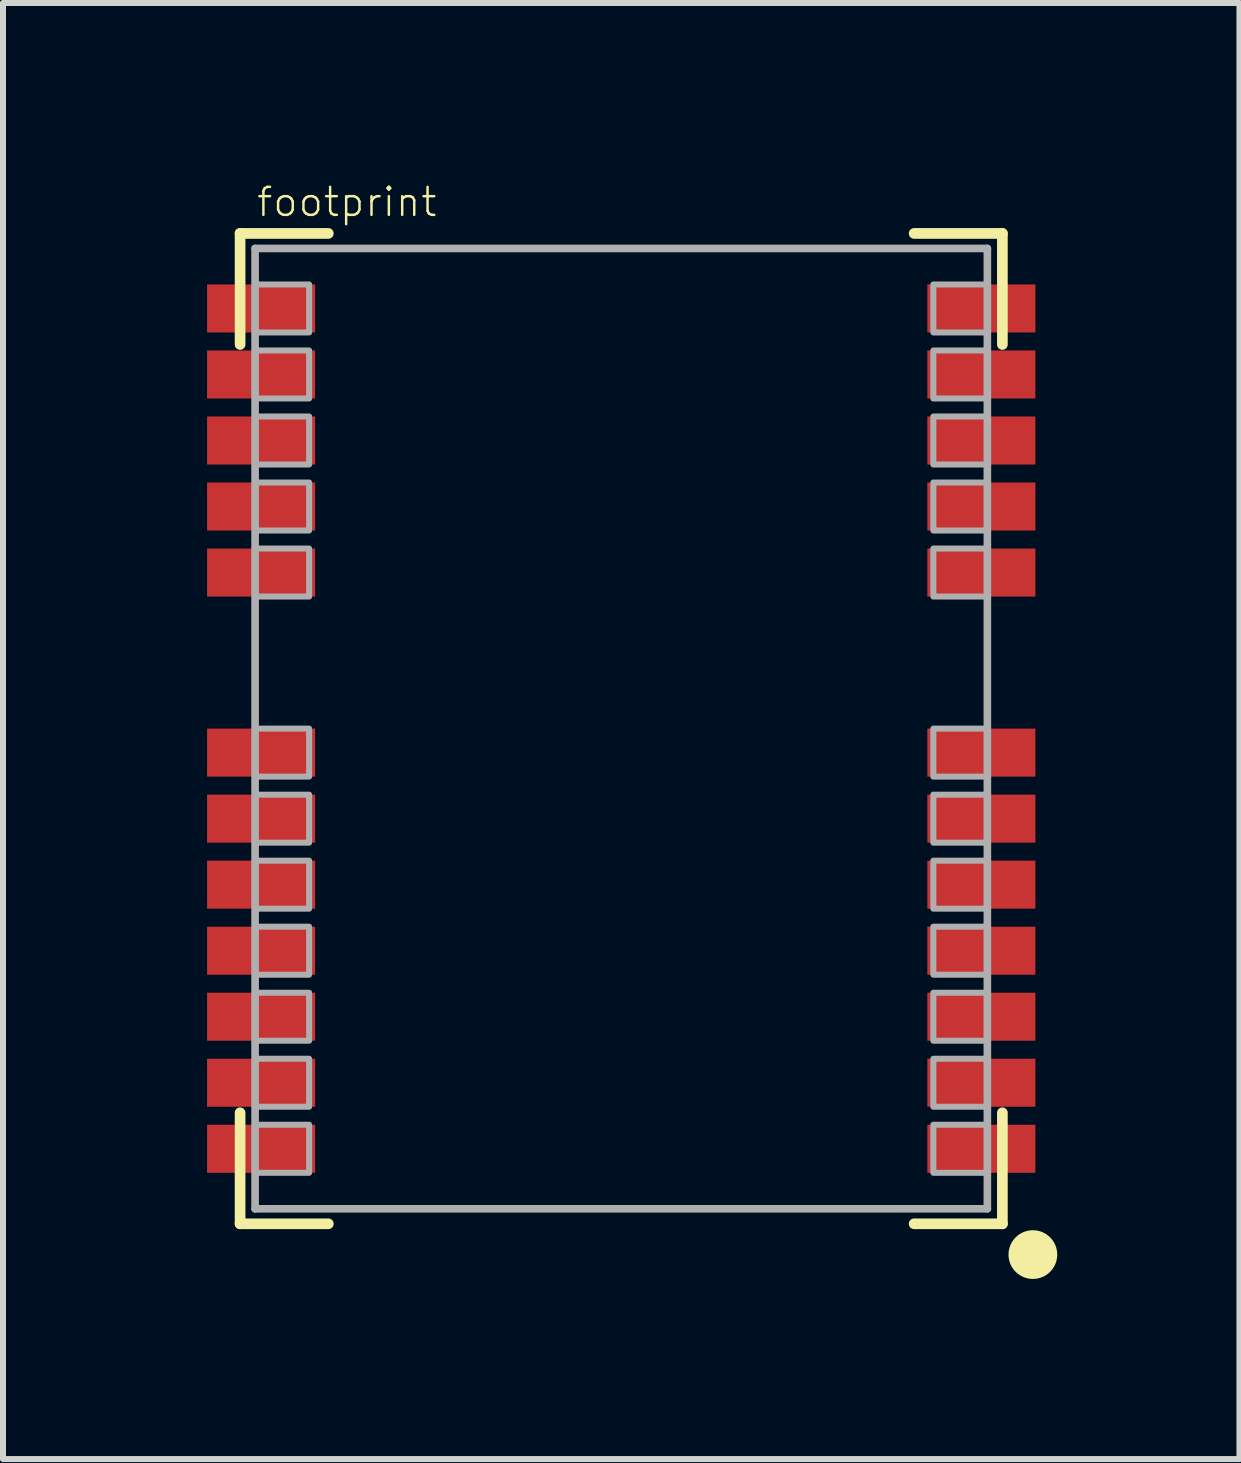
<source format=kicad_pcb>
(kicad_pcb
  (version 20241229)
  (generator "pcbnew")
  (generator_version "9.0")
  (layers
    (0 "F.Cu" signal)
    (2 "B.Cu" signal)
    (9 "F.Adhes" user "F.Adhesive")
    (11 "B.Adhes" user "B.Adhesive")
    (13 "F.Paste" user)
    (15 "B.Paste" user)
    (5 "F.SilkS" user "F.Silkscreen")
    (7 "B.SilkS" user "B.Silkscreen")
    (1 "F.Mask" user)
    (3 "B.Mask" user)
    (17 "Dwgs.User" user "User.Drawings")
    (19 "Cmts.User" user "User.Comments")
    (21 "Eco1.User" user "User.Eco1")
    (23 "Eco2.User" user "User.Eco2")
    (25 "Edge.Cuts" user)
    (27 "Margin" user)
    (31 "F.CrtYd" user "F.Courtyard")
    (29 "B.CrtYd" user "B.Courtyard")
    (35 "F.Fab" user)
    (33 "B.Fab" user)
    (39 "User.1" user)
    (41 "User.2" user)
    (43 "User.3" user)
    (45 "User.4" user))
  (footprint "footprint"
    (layer "F.Cu")
    (at 7.3 9.089)
    (property "Reference" "footprint" (at -6.1 -8.5 0) (layer "F.SilkS") (effects (font (size 0.467 0.467) (thickness 0.041)) (justify left bottom)))
    (fp_line (start -6.35 -8.25) (end -4.88 -8.25) (stroke (width 0.178) (type solid)) (layer "F.SilkS"))
    (fp_line (start -6.35 -6.4) (end -6.35 -8.25) (stroke (width 0.178) (type solid)) (layer "F.SilkS"))
    (fp_line (start -6.35 8.25) (end -6.35 6.4) (stroke (width 0.178) (type solid)) (layer "F.SilkS"))
    (fp_line (start -4.88 8.25) (end -6.35 8.25) (stroke (width 0.178) (type solid)) (layer "F.SilkS"))
    (fp_line (start 4.88 -8.25) (end 6.35 -8.25) (stroke (width 0.178) (type solid)) (layer "F.SilkS"))
    (fp_line (start 6.35 -8.25) (end 6.35 -6.4) (stroke (width 0.178) (type solid)) (layer "F.SilkS"))
    (fp_line (start 6.35 6.4) (end 6.35 8.25) (stroke (width 0.178) (type solid)) (layer "F.SilkS"))
    (fp_line (start 6.35 8.25) (end 4.88 8.25) (stroke (width 0.178) (type solid)) (layer "F.SilkS"))
    (fp_circle (center 6.858 8.763) (end 7.061 8.763) (stroke (width 0.406) (type solid)) (fill yes) (layer "F.SilkS"))
    (fp_poly (pts (xy -6.1 -7.4) (xy -7.3 -7.4) (xy -7.3 -6.6) (xy -6.1 -6.6)) (stroke (width 0) (type solid)) (fill yes) (layer "F.Paste"))
    (fp_poly (pts (xy -6.1 -6.3) (xy -7.3 -6.3) (xy -7.3 -5.5) (xy -6.1 -5.5)) (stroke (width 0) (type solid)) (fill yes) (layer "F.Paste"))
    (fp_poly (pts (xy -6.1 -5.2) (xy -7.3 -5.2) (xy -7.3 -4.4) (xy -6.1 -4.4)) (stroke (width 0) (type solid)) (fill yes) (layer "F.Paste"))
    (fp_poly (pts (xy -6.1 -4.1) (xy -7.3 -4.1) (xy -7.3 -3.3) (xy -6.1 -3.3)) (stroke (width 0) (type solid)) (fill yes) (layer "F.Paste"))
    (fp_poly (pts (xy -6.1 -3) (xy -7.3 -3) (xy -7.3 -2.2) (xy -6.1 -2.2)) (stroke (width 0) (type solid)) (fill yes) (layer "F.Paste"))
    (fp_poly (pts (xy -6.1 0) (xy -7.3 0) (xy -7.3 0.8) (xy -6.1 0.8)) (stroke (width 0) (type solid)) (fill yes) (layer "F.Paste"))
    (fp_poly (pts (xy -6.1 1.1) (xy -7.3 1.1) (xy -7.3 1.9) (xy -6.1 1.9)) (stroke (width 0) (type solid)) (fill yes) (layer "F.Paste"))
    (fp_poly (pts (xy -6.1 2.2) (xy -7.3 2.2) (xy -7.3 3) (xy -6.1 3)) (stroke (width 0) (type solid)) (fill yes) (layer "F.Paste"))
    (fp_poly (pts (xy -6.1 3.3) (xy -7.3 3.3) (xy -7.3 4.1) (xy -6.1 4.1)) (stroke (width 0) (type solid)) (fill yes) (layer "F.Paste"))
    (fp_poly (pts (xy -6.1 4.4) (xy -7.3 4.4) (xy -7.3 5.2) (xy -6.1 5.2)) (stroke (width 0) (type solid)) (fill yes) (layer "F.Paste"))
    (fp_poly (pts (xy -6.1 5.5) (xy -7.3 5.5) (xy -7.3 6.3) (xy -6.1 6.3)) (stroke (width 0) (type solid)) (fill yes) (layer "F.Paste"))
    (fp_poly (pts (xy -6.1 6.6) (xy -7.3 6.6) (xy -7.3 7.4) (xy -6.1 7.4)) (stroke (width 0) (type solid)) (fill yes) (layer "F.Paste"))
    (fp_poly (pts (xy -5.2 -7.3) (xy -6.1 -7.3) (xy -6.1 -6.7) (xy -5.2 -6.7)) (stroke (width 0) (type solid)) (fill yes) (layer "F.Paste"))
    (fp_poly (pts (xy -5.2 -6.2) (xy -6.1 -6.2) (xy -6.1 -5.6) (xy -5.2 -5.6)) (stroke (width 0) (type solid)) (fill yes) (layer "F.Paste"))
    (fp_poly (pts (xy -5.2 -5.1) (xy -6.1 -5.1) (xy -6.1 -4.5) (xy -5.2 -4.5)) (stroke (width 0) (type solid)) (fill yes) (layer "F.Paste"))
    (fp_poly (pts (xy -5.2 -4) (xy -6.1 -4) (xy -6.1 -3.4) (xy -5.2 -3.4)) (stroke (width 0) (type solid)) (fill yes) (layer "F.Paste"))
    (fp_poly (pts (xy -5.2 -2.9) (xy -6.1 -2.9) (xy -6.1 -2.3) (xy -5.2 -2.3)) (stroke (width 0) (type solid)) (fill yes) (layer "F.Paste"))
    (fp_poly (pts (xy -5.2 0.1) (xy -6.1 0.1) (xy -6.1 0.7) (xy -5.2 0.7)) (stroke (width 0) (type solid)) (fill yes) (layer "F.Paste"))
    (fp_poly (pts (xy -5.2 1.2) (xy -6.1 1.2) (xy -6.1 1.8) (xy -5.2 1.8)) (stroke (width 0) (type solid)) (fill yes) (layer "F.Paste"))
    (fp_poly (pts (xy -5.2 2.3) (xy -6.1 2.3) (xy -6.1 2.9) (xy -5.2 2.9)) (stroke (width 0) (type solid)) (fill yes) (layer "F.Paste"))
    (fp_poly (pts (xy -5.2 3.4) (xy -6.1 3.4) (xy -6.1 4) (xy -5.2 4)) (stroke (width 0) (type solid)) (fill yes) (layer "F.Paste"))
    (fp_poly (pts (xy -5.2 4.5) (xy -6.1 4.5) (xy -6.1 5.1) (xy -5.2 5.1)) (stroke (width 0) (type solid)) (fill yes) (layer "F.Paste"))
    (fp_poly (pts (xy -5.2 5.6) (xy -6.1 5.6) (xy -6.1 6.2) (xy -5.2 6.2)) (stroke (width 0) (type solid)) (fill yes) (layer "F.Paste"))
    (fp_poly (pts (xy -5.2 6.7) (xy -6.1 6.7) (xy -6.1 7.3) (xy -5.2 7.3)) (stroke (width 0) (type solid)) (fill yes) (layer "F.Paste"))
    (fp_poly (pts (xy 5.2 -6.7) (xy 6.1 -6.7) (xy 6.1 -7.3) (xy 5.2 -7.3)) (stroke (width 0) (type solid)) (fill yes) (layer "F.Paste"))
    (fp_poly (pts (xy 5.2 -5.6) (xy 6.1 -5.6) (xy 6.1 -6.2) (xy 5.2 -6.2)) (stroke (width 0) (type solid)) (fill yes) (layer "F.Paste"))
    (fp_poly (pts (xy 5.2 -4.5) (xy 6.1 -4.5) (xy 6.1 -5.1) (xy 5.2 -5.1)) (stroke (width 0) (type solid)) (fill yes) (layer "F.Paste"))
    (fp_poly (pts (xy 5.2 -3.4) (xy 6.1 -3.4) (xy 6.1 -4) (xy 5.2 -4)) (stroke (width 0) (type solid)) (fill yes) (layer "F.Paste"))
    (fp_poly (pts (xy 5.2 -2.3) (xy 6.1 -2.3) (xy 6.1 -2.9) (xy 5.2 -2.9)) (stroke (width 0) (type solid)) (fill yes) (layer "F.Paste"))
    (fp_poly (pts (xy 5.2 0.7) (xy 6.1 0.7) (xy 6.1 0.1) (xy 5.2 0.1)) (stroke (width 0) (type solid)) (fill yes) (layer "F.Paste"))
    (fp_poly (pts (xy 5.2 1.8) (xy 6.1 1.8) (xy 6.1 1.2) (xy 5.2 1.2)) (stroke (width 0) (type solid)) (fill yes) (layer "F.Paste"))
    (fp_poly (pts (xy 5.2 2.9) (xy 6.1 2.9) (xy 6.1 2.3) (xy 5.2 2.3)) (stroke (width 0) (type solid)) (fill yes) (layer "F.Paste"))
    (fp_poly (pts (xy 5.2 4) (xy 6.1 4) (xy 6.1 3.4) (xy 5.2 3.4)) (stroke (width 0) (type solid)) (fill yes) (layer "F.Paste"))
    (fp_poly (pts (xy 5.2 5.1) (xy 6.1 5.1) (xy 6.1 4.5) (xy 5.2 4.5)) (stroke (width 0) (type solid)) (fill yes) (layer "F.Paste"))
    (fp_poly (pts (xy 5.2 6.2) (xy 6.1 6.2) (xy 6.1 5.6) (xy 5.2 5.6)) (stroke (width 0) (type solid)) (fill yes) (layer "F.Paste"))
    (fp_poly (pts (xy 5.2 7.3) (xy 6.1 7.3) (xy 6.1 6.7) (xy 5.2 6.7)) (stroke (width 0) (type solid)) (fill yes) (layer "F.Paste"))
    (fp_poly (pts (xy 6.1 -6.6) (xy 7.3 -6.6) (xy 7.3 -7.4) (xy 6.1 -7.4)) (stroke (width 0) (type solid)) (fill yes) (layer "F.Paste"))
    (fp_poly (pts (xy 6.1 -5.5) (xy 7.3 -5.5) (xy 7.3 -6.3) (xy 6.1 -6.3)) (stroke (width 0) (type solid)) (fill yes) (layer "F.Paste"))
    (fp_poly (pts (xy 6.1 -4.4) (xy 7.3 -4.4) (xy 7.3 -5.2) (xy 6.1 -5.2)) (stroke (width 0) (type solid)) (fill yes) (layer "F.Paste"))
    (fp_poly (pts (xy 6.1 -3.3) (xy 7.3 -3.3) (xy 7.3 -4.1) (xy 6.1 -4.1)) (stroke (width 0) (type solid)) (fill yes) (layer "F.Paste"))
    (fp_poly (pts (xy 6.1 -2.2) (xy 7.3 -2.2) (xy 7.3 -3) (xy 6.1 -3)) (stroke (width 0) (type solid)) (fill yes) (layer "F.Paste"))
    (fp_poly (pts (xy 6.1 0.8) (xy 7.3 0.8) (xy 7.3 0) (xy 6.1 0)) (stroke (width 0) (type solid)) (fill yes) (layer "F.Paste"))
    (fp_poly (pts (xy 6.1 1.9) (xy 7.3 1.9) (xy 7.3 1.1) (xy 6.1 1.1)) (stroke (width 0) (type solid)) (fill yes) (layer "F.Paste"))
    (fp_poly (pts (xy 6.1 3) (xy 7.3 3) (xy 7.3 2.2) (xy 6.1 2.2)) (stroke (width 0) (type solid)) (fill yes) (layer "F.Paste"))
    (fp_poly (pts (xy 6.1 4.1) (xy 7.3 4.1) (xy 7.3 3.3) (xy 6.1 3.3)) (stroke (width 0) (type solid)) (fill yes) (layer "F.Paste"))
    (fp_poly (pts (xy 6.1 5.2) (xy 7.3 5.2) (xy 7.3 4.4) (xy 6.1 4.4)) (stroke (width 0) (type solid)) (fill yes) (layer "F.Paste"))
    (fp_poly (pts (xy 6.1 6.3) (xy 7.3 6.3) (xy 7.3 5.5) (xy 6.1 5.5)) (stroke (width 0) (type solid)) (fill yes) (layer "F.Paste"))
    (fp_poly (pts (xy 6.1 7.4) (xy 7.3 7.4) (xy 7.3 6.6) (xy 6.1 6.6)) (stroke (width 0) (type solid)) (fill yes) (layer "F.Paste"))
    (fp_line (start -6.1 -8) (end 6.1 -8) (stroke (width 0.127) (type solid)) (layer "F.Fab"))
    (fp_line (start -6.1 8) (end -6.1 -8) (stroke (width 0.127) (type solid)) (layer "F.Fab"))
    (fp_line (start 6.1 -8) (end 6.1 8) (stroke (width 0.127) (type solid)) (layer "F.Fab"))
    (fp_line (start 6.1 8) (end -6.1 8) (stroke (width 0.127) (type solid)) (layer "F.Fab"))
    (fp_poly (pts (xy -6.1 -6.6) (xy -5.2 -6.6) (xy -5.2 -7.4) (xy -6.1 -7.4)) (stroke (width 0.1) (type solid)) (fill no) (layer "F.Fab"))
    (fp_poly (pts (xy -6.1 -5.5) (xy -5.2 -5.5) (xy -5.2 -6.3) (xy -6.1 -6.3)) (stroke (width 0.1) (type solid)) (fill no) (layer "F.Fab"))
    (fp_poly (pts (xy -6.1 -4.4) (xy -5.2 -4.4) (xy -5.2 -5.2) (xy -6.1 -5.2)) (stroke (width 0.1) (type solid)) (fill no) (layer "F.Fab"))
    (fp_poly (pts (xy -6.1 -3.3) (xy -5.2 -3.3) (xy -5.2 -4.1) (xy -6.1 -4.1)) (stroke (width 0.1) (type solid)) (fill no) (layer "F.Fab"))
    (fp_poly (pts (xy -6.1 -2.2) (xy -5.2 -2.2) (xy -5.2 -3) (xy -6.1 -3)) (stroke (width 0.1) (type solid)) (fill no) (layer "F.Fab"))
    (fp_poly (pts (xy -6.1 0.8) (xy -5.2 0.8) (xy -5.2 0) (xy -6.1 0)) (stroke (width 0.1) (type solid)) (fill no) (layer "F.Fab"))
    (fp_poly (pts (xy -6.1 1.9) (xy -5.2 1.9) (xy -5.2 1.1) (xy -6.1 1.1)) (stroke (width 0.1) (type solid)) (fill no) (layer "F.Fab"))
    (fp_poly (pts (xy -6.1 3) (xy -5.2 3) (xy -5.2 2.2) (xy -6.1 2.2)) (stroke (width 0.1) (type solid)) (fill no) (layer "F.Fab"))
    (fp_poly (pts (xy -6.1 4.1) (xy -5.2 4.1) (xy -5.2 3.3) (xy -6.1 3.3)) (stroke (width 0.1) (type solid)) (fill no) (layer "F.Fab"))
    (fp_poly (pts (xy -6.1 5.2) (xy -5.2 5.2) (xy -5.2 4.4) (xy -6.1 4.4)) (stroke (width 0.1) (type solid)) (fill no) (layer "F.Fab"))
    (fp_poly (pts (xy -6.1 6.3) (xy -5.2 6.3) (xy -5.2 5.5) (xy -6.1 5.5)) (stroke (width 0.1) (type solid)) (fill no) (layer "F.Fab"))
    (fp_poly (pts (xy -6.1 7.4) (xy -5.2 7.4) (xy -5.2 6.6) (xy -6.1 6.6)) (stroke (width 0.1) (type solid)) (fill no) (layer "F.Fab"))
    (fp_poly (pts (xy 5.2 -6.6) (xy 6.1 -6.6) (xy 6.1 -7.4) (xy 5.2 -7.4)) (stroke (width 0.1) (type solid)) (fill no) (layer "F.Fab"))
    (fp_poly (pts (xy 5.2 -5.5) (xy 6.1 -5.5) (xy 6.1 -6.3) (xy 5.2 -6.3)) (stroke (width 0.1) (type solid)) (fill no) (layer "F.Fab"))
    (fp_poly (pts (xy 5.2 -4.4) (xy 6.1 -4.4) (xy 6.1 -5.2) (xy 5.2 -5.2)) (stroke (width 0.1) (type solid)) (fill no) (layer "F.Fab"))
    (fp_poly (pts (xy 5.2 -3.3) (xy 6.1 -3.3) (xy 6.1 -4.1) (xy 5.2 -4.1)) (stroke (width 0.1) (type solid)) (fill no) (layer "F.Fab"))
    (fp_poly (pts (xy 5.2 -2.2) (xy 6.1 -2.2) (xy 6.1 -3) (xy 5.2 -3)) (stroke (width 0.1) (type solid)) (fill no) (layer "F.Fab"))
    (fp_poly (pts (xy 5.2 0.8) (xy 6.1 0.8) (xy 6.1 0) (xy 5.2 0)) (stroke (width 0.1) (type solid)) (fill no) (layer "F.Fab"))
    (fp_poly (pts (xy 5.2 1.9) (xy 6.1 1.9) (xy 6.1 1.1) (xy 5.2 1.1)) (stroke (width 0.1) (type solid)) (fill no) (layer "F.Fab"))
    (fp_poly (pts (xy 5.2 3) (xy 6.1 3) (xy 6.1 2.2) (xy 5.2 2.2)) (stroke (width 0.1) (type solid)) (fill no) (layer "F.Fab"))
    (fp_poly (pts (xy 5.2 4.1) (xy 6.1 4.1) (xy 6.1 3.3) (xy 5.2 3.3)) (stroke (width 0.1) (type solid)) (fill no) (layer "F.Fab"))
    (fp_poly (pts (xy 5.2 5.2) (xy 6.1 5.2) (xy 6.1 4.4) (xy 5.2 4.4)) (stroke (width 0.1) (type solid)) (fill no) (layer "F.Fab"))
    (fp_poly (pts (xy 5.2 6.3) (xy 6.1 6.3) (xy 6.1 5.5) (xy 5.2 5.5)) (stroke (width 0.1) (type solid)) (fill no) (layer "F.Fab"))
    (fp_poly (pts (xy 5.2 7.4) (xy 6.1 7.4) (xy 6.1 6.6) (xy 5.2 6.6)) (stroke (width 0.1) (type solid)) (fill no) (layer "F.Fab"))
    (pad "1" smd rect (at 6 7) (size 1.8 0.8) (layers "F.Cu" "F.Mask"))
    (pad "2" smd rect (at 6 5.9) (size 1.8 0.8) (layers "F.Cu" "F.Mask"))
    (pad "3" smd rect (at 6 4.8) (size 1.8 0.8) (layers "F.Cu" "F.Mask"))
    (pad "4" smd rect (at 6 3.7) (size 1.8 0.8) (layers "F.Cu" "F.Mask"))
    (pad "5" smd rect (at 6 2.6) (size 1.8 0.8) (layers "F.Cu" "F.Mask"))
    (pad "6" smd rect (at 6 1.5) (size 1.8 0.8) (layers "F.Cu" "F.Mask"))
    (pad "7" smd rect (at 6 0.4) (size 1.8 0.8) (layers "F.Cu" "F.Mask"))
    (pad "8" smd rect (at 6 -2.6) (size 1.8 0.8) (layers "F.Cu" "F.Mask"))
    (pad "9" smd rect (at 6 -3.7) (size 1.8 0.8) (layers "F.Cu" "F.Mask"))
    (pad "10" smd rect (at 6 -4.8) (size 1.8 0.8) (layers "F.Cu" "F.Mask"))
    (pad "11" smd rect (at 6 -5.9) (size 1.8 0.8) (layers "F.Cu" "F.Mask"))
    (pad "12" smd rect (at 6 -7) (size 1.8 0.8) (layers "F.Cu" "F.Mask"))
    (pad "13" smd rect (at -6 -7 180) (size 1.8 0.8) (layers "F.Cu" "F.Mask"))
    (pad "14" smd rect (at -6 -5.9 180) (size 1.8 0.8) (layers "F.Cu" "F.Mask"))
    (pad "15" smd rect (at -6 -4.8 180) (size 1.8 0.8) (layers "F.Cu" "F.Mask"))
    (pad "16" smd rect (at -6 -3.7 180) (size 1.8 0.8) (layers "F.Cu" "F.Mask"))
    (pad "17" smd rect (at -6 -2.6 180) (size 1.8 0.8) (layers "F.Cu" "F.Mask"))
    (pad "18" smd rect (at -6 0.4 180) (size 1.8 0.8) (layers "F.Cu" "F.Mask"))
    (pad "19" smd rect (at -6 1.5 180) (size 1.8 0.8) (layers "F.Cu" "F.Mask"))
    (pad "20" smd rect (at -6 2.6 180) (size 1.8 0.8) (layers "F.Cu" "F.Mask"))
    (pad "21" smd rect (at -6 3.7 180) (size 1.8 0.8) (layers "F.Cu" "F.Mask"))
    (pad "22" smd rect (at -6 4.8 180) (size 1.8 0.8) (layers "F.Cu" "F.Mask"))
    (pad "23" smd rect (at -6 5.9 180) (size 1.8 0.8) (layers "F.Cu" "F.Mask"))
    (pad "24" smd rect (at -6 7 180) (size 1.8 0.8) (layers "F.Cu" "F.Mask")))
  (gr_rect
    (start -3 -3)
    (end 17.6 21.259)
    (stroke (width 0.1) (type default))
    (fill no)
    (layer "Edge.Cuts")))
</source>
